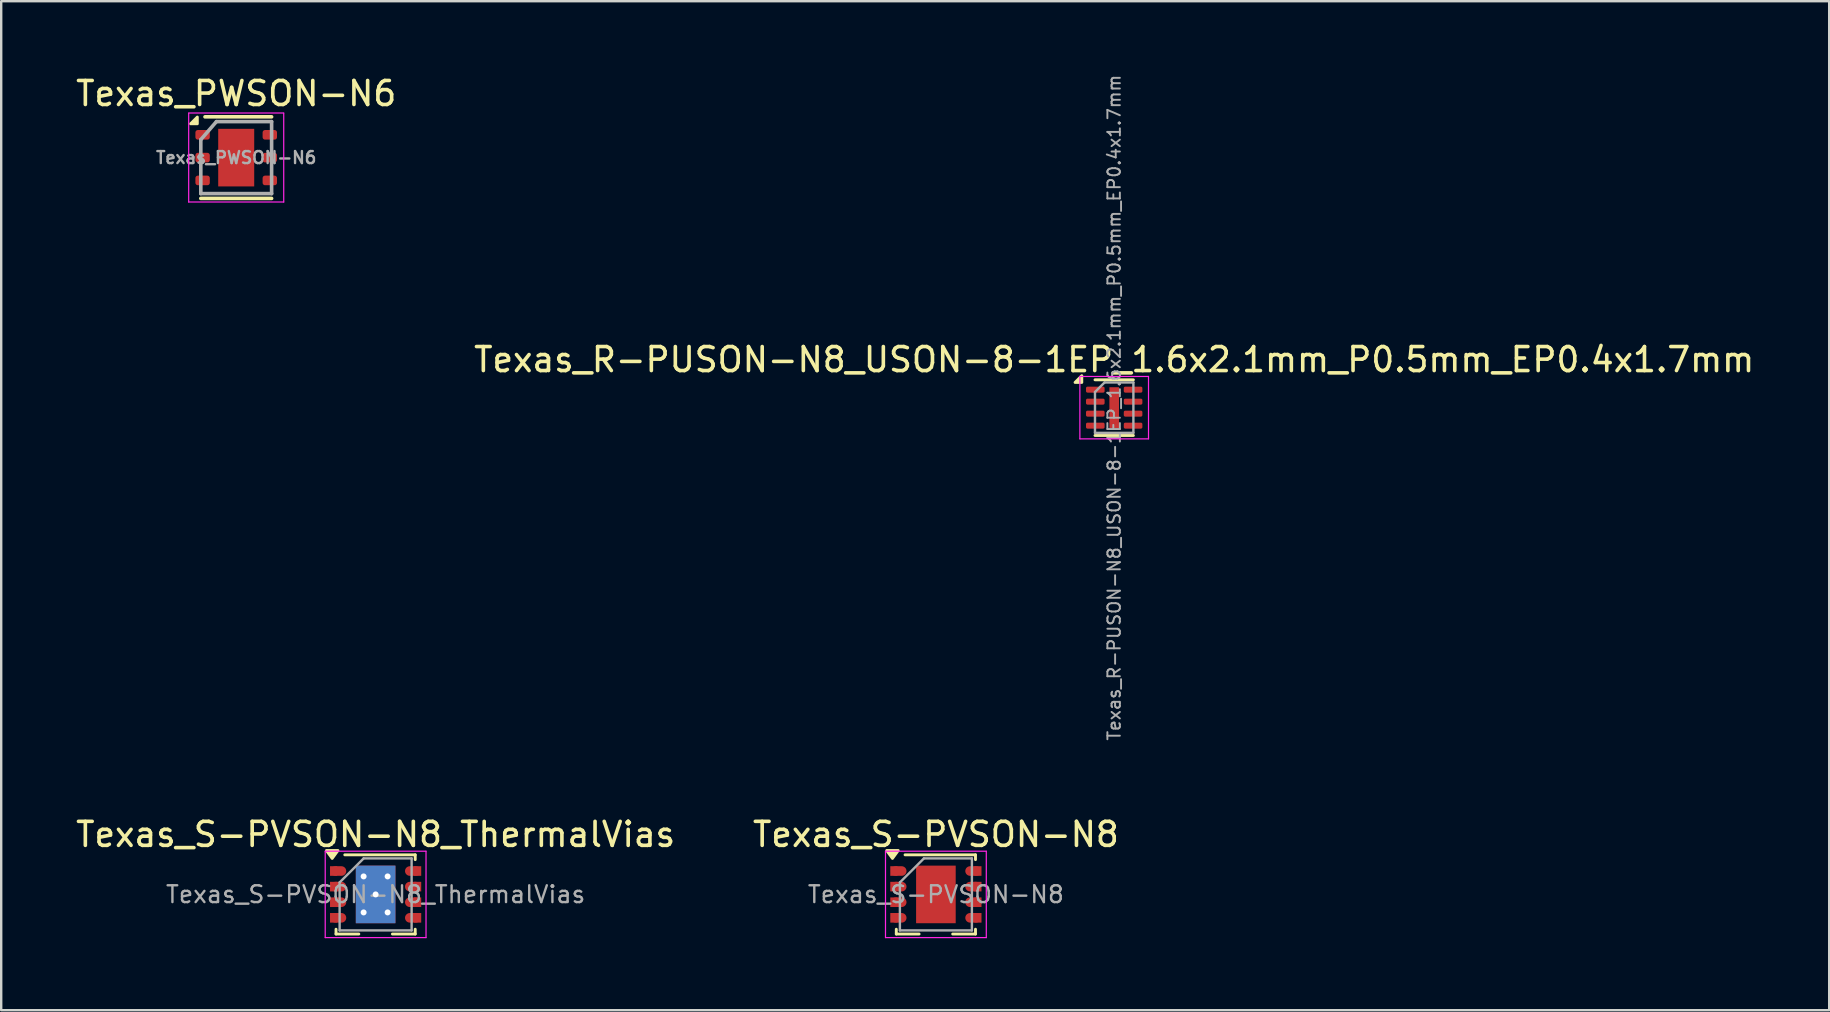
<source format=kicad_pcb>
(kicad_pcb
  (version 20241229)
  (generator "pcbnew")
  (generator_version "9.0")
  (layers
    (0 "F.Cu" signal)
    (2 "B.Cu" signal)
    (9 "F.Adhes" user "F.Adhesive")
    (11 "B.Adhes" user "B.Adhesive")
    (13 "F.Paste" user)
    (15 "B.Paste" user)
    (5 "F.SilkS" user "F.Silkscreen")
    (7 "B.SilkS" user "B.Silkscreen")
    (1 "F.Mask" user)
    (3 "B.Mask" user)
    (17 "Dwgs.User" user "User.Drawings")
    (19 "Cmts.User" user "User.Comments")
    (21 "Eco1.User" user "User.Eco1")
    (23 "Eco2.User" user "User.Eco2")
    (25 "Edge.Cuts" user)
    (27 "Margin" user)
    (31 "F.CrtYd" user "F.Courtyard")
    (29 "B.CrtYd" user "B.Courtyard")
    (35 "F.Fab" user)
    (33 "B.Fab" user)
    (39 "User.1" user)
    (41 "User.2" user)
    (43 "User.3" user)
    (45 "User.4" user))
  (footprint "Texas_S-PVSON-N8_ThermalVias"
    (layer "F.Cu")
    (at 12.601 34.218)
    (property "Reference" "Texas_S-PVSON-N8_ThermalVias" (at 0 -2.5 0) (layer "F.SilkS") (effects (font (size 1 1) (thickness 0.15))))
    (attr smd)
    (fp_line (start -1.65 1.65) (end -1.65 1.45) (stroke (width 0.12) (type solid)) (layer "F.SilkS"))
    (fp_line (start -1.65 1.65) (end -0.7 1.65) (stroke (width 0.12) (type solid)) (layer "F.SilkS"))
    (fp_line (start 0.7 1.65) (end 1.65 1.65) (stroke (width 0.12) (type solid)) (layer "F.SilkS"))
    (fp_line (start 1.65 -1.65) (end -1.285 -1.65) (stroke (width 0.12) (type solid)) (layer "F.SilkS"))
    (fp_line (start 1.65 -1.45) (end 1.65 -1.65) (stroke (width 0.12) (type solid)) (layer "F.SilkS"))
    (fp_line (start 1.65 1.45) (end 1.65 1.65) (stroke (width 0.12) (type solid)) (layer "F.SilkS"))
    (fp_poly (pts (xy -1.81 -1.5) (xy -2.05 -1.83) (xy -1.57 -1.83) (xy -1.81 -1.5)) (stroke (width 0.12) (type solid)) (fill yes) (layer "F.SilkS"))
    (fp_line (start -2.1 -1.8) (end -2.1 1.8) (stroke (width 0.05) (type solid)) (layer "F.CrtYd"))
    (fp_line (start -2.1 -1.8) (end 2.1 -1.8) (stroke (width 0.05) (type solid)) (layer "F.CrtYd"))
    (fp_line (start -2.1 1.8) (end 2.1 1.8) (stroke (width 0.05) (type solid)) (layer "F.CrtYd"))
    (fp_line (start 2.1 -1.8) (end 2.1 1.8) (stroke (width 0.05) (type solid)) (layer "F.CrtYd"))
    (fp_line (start -1.5 1.5) (end -1.5 -0.5) (stroke (width 0.1) (type solid)) (layer "F.Fab"))
    (fp_line (start -0.5 -1.5) (end -1.5 -0.5) (stroke (width 0.1) (type solid)) (layer "F.Fab"))
    (fp_line (start -0.5 -1.5) (end 1.5 -1.5) (stroke (width 0.1) (type solid)) (layer "F.Fab"))
    (fp_line (start 1.5 -1.5) (end 1.5 1.5) (stroke (width 0.1) (type solid)) (layer "F.Fab"))
    (fp_line (start 1.5 1.5) (end -1.5 1.5) (stroke (width 0.1) (type solid)) (layer "F.Fab"))
    (fp_text user "${REFERENCE}" (at 0 0 0) (layer "F.Fab") (effects (font (size 0.7 0.7) (thickness 0.1))))
    (pad "1" smd rect (at -1.75 -0.975) (size 0.3 0.4) (layers "F.Cu" "F.Mask" "F.Paste"))
    (pad "1" smd oval (at -1.55 -0.975) (size 0.65 0.4) (layers "F.Cu" "F.Mask" "F.Paste"))
    (pad "2" smd rect (at -1.75 -0.325) (size 0.3 0.4) (layers "F.Cu" "F.Mask" "F.Paste"))
    (pad "2" smd oval (at -1.55 -0.325) (size 0.65 0.4) (layers "F.Cu" "F.Mask" "F.Paste"))
    (pad "3" smd rect (at -1.75 0.325) (size 0.3 0.4) (layers "F.Cu" "F.Mask" "F.Paste"))
    (pad "3" smd oval (at -1.55 0.325) (size 0.65 0.4) (layers "F.Cu" "F.Mask" "F.Paste"))
    (pad "4" smd rect (at -1.75 0.975) (size 0.3 0.4) (layers "F.Cu" "F.Mask" "F.Paste"))
    (pad "4" smd oval (at -1.55 0.975) (size 0.65 0.4) (layers "F.Cu" "F.Mask" "F.Paste"))
    (pad "5" smd oval (at 1.55 0.975) (size 0.65 0.4) (layers "F.Cu" "F.Mask" "F.Paste"))
    (pad "5" smd rect (at 1.75 0.975) (size 0.3 0.4) (layers "F.Cu" "F.Mask" "F.Paste"))
    (pad "6" smd oval (at 1.55 0.325) (size 0.65 0.4) (layers "F.Cu" "F.Mask" "F.Paste"))
    (pad "6" smd rect (at 1.75 0.325) (size 0.3 0.4) (layers "F.Cu" "F.Mask" "F.Paste"))
    (pad "7" smd oval (at 1.55 -0.325) (size 0.65 0.4) (layers "F.Cu" "F.Mask" "F.Paste"))
    (pad "7" smd rect (at 1.75 -0.325) (size 0.3 0.4) (layers "F.Cu" "F.Mask" "F.Paste"))
    (pad "8" smd oval (at 1.55 -0.975) (size 0.65 0.4) (layers "F.Cu" "F.Mask" "F.Paste"))
    (pad "8" smd rect (at 1.75 -0.975) (size 0.3 0.4) (layers "F.Cu" "F.Mask" "F.Paste"))
    (pad "9" thru_hole circle (at -0.5 -0.75) (size 0.6 0.6) (drill 0.25) (layers "*.Cu"))
    (pad "9" thru_hole circle (at -0.5 0.75) (size 0.6 0.6) (drill 0.25) (layers "*.Cu"))
    (pad "9" smd rect (at -0.45 -0.625) (size 0.65 1) (layers "F.Cu" "F.Mask" "F.Paste"))
    (pad "9" smd rect (at -0.45 0.625) (size 0.65 1) (layers "F.Cu" "F.Mask" "F.Paste"))
    (pad "9" thru_hole circle (at 0 0) (size 0.6 0.6) (drill 0.25) (layers "*.Cu"))
    (pad "9" smd rect (at 0 0) (size 1.65 2.4) (layers "F.Cu" "F.Mask"))
    (pad "9" smd rect (at 0 0) (size 1.65 2.4) (layers "B.Cu"))
    (pad "9" smd rect (at 0.45 -0.625) (size 0.65 1) (layers "F.Cu" "F.Mask" "F.Paste"))
    (pad "9" smd rect (at 0.45 0.625) (size 0.65 1) (layers "F.Cu" "F.Mask" "F.Paste"))
    (pad "9" thru_hole circle (at 0.5 -0.75) (size 0.6 0.6) (drill 0.25) (layers "*.Cu"))
    (pad "9" thru_hole circle (at 0.5 0.75) (size 0.6 0.6) (drill 0.25) (layers "*.Cu")))
  (footprint "Texas_PWSON-N6"
    (layer "F.Cu")
    (at 6.792 3.518)
    (property "Reference" "Texas_PWSON-N6" (at 0 -2.67 0) (layer "F.SilkS") (effects (font (size 1 1) (thickness 0.15))))
    (attr smd)
    (fp_line (start 1.475 -1.7) (end -1.3 -1.7) (stroke (width 0.15) (type solid)) (layer "F.SilkS"))
    (fp_line (start 1.475 1.7) (end -1.475 1.7) (stroke (width 0.15) (type solid)) (layer "F.SilkS"))
    (fp_poly (pts (xy -1.62 -1.41) (xy -1.9 -1.41) (xy -1.62 -1.69) (xy -1.62 -1.41)) (stroke (width 0.12) (type solid)) (fill yes) (layer "F.SilkS"))
    (fp_line (start -1.98 -1.86) (end 1.98 -1.86) (stroke (width 0.05) (type solid)) (layer "F.CrtYd"))
    (fp_line (start -1.98 1.85) (end -1.98 -1.85) (stroke (width 0.05) (type solid)) (layer "F.CrtYd"))
    (fp_line (start -1.98 1.85) (end 1.98 1.85) (stroke (width 0.05) (type solid)) (layer "F.CrtYd"))
    (fp_line (start 1.98 1.85) (end 1.98 -1.85) (stroke (width 0.05) (type solid)) (layer "F.CrtYd"))
    (fp_line (start -1.475 -0.75) (end -0.825 -1.5) (stroke (width 0.15) (type solid)) (layer "F.Fab"))
    (fp_line (start -1.475 1.5) (end -1.475 -0.75) (stroke (width 0.15) (type solid)) (layer "F.Fab"))
    (fp_line (start 1.475 -1.5) (end -0.825 -1.5) (stroke (width 0.15) (type solid)) (layer "F.Fab"))
    (fp_line (start 1.475 -1.5) (end 1.475 1.5) (stroke (width 0.15) (type solid)) (layer "F.Fab"))
    (fp_line (start 1.475 1.5) (end -1.475 1.5) (stroke (width 0.15) (type solid)) (layer "F.Fab"))
    (fp_text user "${REFERENCE}" (at 0 0 0) (layer "F.Fab") (effects (font (size 0.5 0.5) (thickness 0.1))))
    (pad "" smd roundrect (at -0.4 -0.65) (size 0.6 1) (layers "F.Paste") (roundrect_rratio 0.25))
    (pad "" smd roundrect (at -0.4 0.65) (size 0.6 1) (layers "F.Paste") (roundrect_rratio 0.25))
    (pad "" smd roundrect (at 0.4 -0.65) (size 0.6 1) (layers "F.Paste") (roundrect_rratio 0.25))
    (pad "" smd roundrect (at 0.4 0.65) (size 0.6 1) (layers "F.Paste") (roundrect_rratio 0.25))
    (pad "1" smd roundrect (at -1.4 -0.95) (size 0.6 0.4) (layers "F.Cu" "F.Mask" "F.Paste") (roundrect_rratio 0.25))
    (pad "2" smd roundrect (at -1.4 0) (size 0.6 0.4) (layers "F.Cu" "F.Mask" "F.Paste") (roundrect_rratio 0.25))
    (pad "3" smd roundrect (at -1.4 0.95) (size 0.6 0.4) (layers "F.Cu" "F.Mask" "F.Paste") (roundrect_rratio 0.25))
    (pad "4" smd roundrect (at 1.4 0.95) (size 0.6 0.4) (layers "F.Cu" "F.Mask" "F.Paste") (roundrect_rratio 0.25))
    (pad "5" smd roundrect (at 1.4 0) (size 0.6 0.4) (layers "F.Cu" "F.Mask" "F.Paste") (roundrect_rratio 0.25))
    (pad "6" smd roundrect (at 1.4 -0.95) (size 0.6 0.4) (layers "F.Cu" "F.Mask" "F.Paste") (roundrect_rratio 0.25))
    (pad "7" smd rect (at 0 0) (size 1.5 2.4) (layers "F.Cu" "F.Mask")))
  (footprint "Texas_S-PVSON-N8"
    (layer "F.Cu")
    (at 35.946 34.218)
    (property "Reference" "Texas_S-PVSON-N8" (at 0 -2.5 0) (layer "F.SilkS") (effects (font (size 1 1) (thickness 0.15))))
    (attr smd)
    (fp_line (start -1.65 1.65) (end -1.65 1.45) (stroke (width 0.12) (type solid)) (layer "F.SilkS"))
    (fp_line (start -1.65 1.65) (end -0.7 1.65) (stroke (width 0.12) (type solid)) (layer "F.SilkS"))
    (fp_line (start 0.7 1.65) (end 1.65 1.65) (stroke (width 0.12) (type solid)) (layer "F.SilkS"))
    (fp_line (start 1.65 -1.65) (end -1.285 -1.65) (stroke (width 0.12) (type solid)) (layer "F.SilkS"))
    (fp_line (start 1.65 -1.45) (end 1.65 -1.65) (stroke (width 0.12) (type solid)) (layer "F.SilkS"))
    (fp_line (start 1.65 1.45) (end 1.65 1.65) (stroke (width 0.12) (type solid)) (layer "F.SilkS"))
    (fp_poly (pts (xy -1.81 -1.5) (xy -2.05 -1.83) (xy -1.57 -1.83) (xy -1.81 -1.5)) (stroke (width 0.12) (type solid)) (fill yes) (layer "F.SilkS"))
    (fp_line (start -2.1 -1.8) (end -2.1 1.8) (stroke (width 0.05) (type solid)) (layer "F.CrtYd"))
    (fp_line (start -2.1 -1.8) (end 2.1 -1.8) (stroke (width 0.05) (type solid)) (layer "F.CrtYd"))
    (fp_line (start -2.1 1.8) (end 2.1 1.8) (stroke (width 0.05) (type solid)) (layer "F.CrtYd"))
    (fp_line (start 2.1 -1.8) (end 2.1 1.8) (stroke (width 0.05) (type solid)) (layer "F.CrtYd"))
    (fp_line (start -1.5 1.5) (end -1.5 -0.5) (stroke (width 0.1) (type solid)) (layer "F.Fab"))
    (fp_line (start -0.5 -1.5) (end -1.5 -0.5) (stroke (width 0.1) (type solid)) (layer "F.Fab"))
    (fp_line (start -0.5 -1.5) (end 1.5 -1.5) (stroke (width 0.1) (type solid)) (layer "F.Fab"))
    (fp_line (start 1.5 -1.5) (end 1.5 1.5) (stroke (width 0.1) (type solid)) (layer "F.Fab"))
    (fp_line (start 1.5 1.5) (end -1.5 1.5) (stroke (width 0.1) (type solid)) (layer "F.Fab"))
    (fp_text user "${REFERENCE}" (at 0 0 0) (layer "F.Fab") (effects (font (size 0.7 0.7) (thickness 0.1))))
    (pad "1" smd rect (at -1.75 -0.975) (size 0.3 0.4) (layers "F.Cu" "F.Mask" "F.Paste"))
    (pad "1" smd oval (at -1.55 -0.975) (size 0.65 0.4) (layers "F.Cu" "F.Mask" "F.Paste"))
    (pad "2" smd rect (at -1.75 -0.325) (size 0.3 0.4) (layers "F.Cu" "F.Mask" "F.Paste"))
    (pad "2" smd oval (at -1.55 -0.325) (size 0.65 0.4) (layers "F.Cu" "F.Mask" "F.Paste"))
    (pad "3" smd rect (at -1.75 0.325) (size 0.3 0.4) (layers "F.Cu" "F.Mask" "F.Paste"))
    (pad "3" smd oval (at -1.55 0.325) (size 0.65 0.4) (layers "F.Cu" "F.Mask" "F.Paste"))
    (pad "4" smd rect (at -1.75 0.975) (size 0.3 0.4) (layers "F.Cu" "F.Mask" "F.Paste"))
    (pad "4" smd oval (at -1.55 0.975) (size 0.65 0.4) (layers "F.Cu" "F.Mask" "F.Paste"))
    (pad "5" smd oval (at 1.55 0.975) (size 0.65 0.4) (layers "F.Cu" "F.Mask" "F.Paste"))
    (pad "5" smd rect (at 1.75 0.975) (size 0.3 0.4) (layers "F.Cu" "F.Mask" "F.Paste"))
    (pad "6" smd oval (at 1.55 0.325) (size 0.65 0.4) (layers "F.Cu" "F.Mask" "F.Paste"))
    (pad "6" smd rect (at 1.75 0.325) (size 0.3 0.4) (layers "F.Cu" "F.Mask" "F.Paste"))
    (pad "7" smd oval (at 1.55 -0.325) (size 0.65 0.4) (layers "F.Cu" "F.Mask" "F.Paste"))
    (pad "7" smd rect (at 1.75 -0.325) (size 0.3 0.4) (layers "F.Cu" "F.Mask" "F.Paste"))
    (pad "8" smd oval (at 1.55 -0.975) (size 0.65 0.4) (layers "F.Cu" "F.Mask" "F.Paste"))
    (pad "8" smd rect (at 1.75 -0.975) (size 0.3 0.4) (layers "F.Cu" "F.Mask" "F.Paste"))
    (pad "9" smd rect (at -0.45 -0.625) (size 0.65 1) (layers "F.Cu" "F.Mask" "F.Paste"))
    (pad "9" smd rect (at -0.45 0.625) (size 0.65 1) (layers "F.Cu" "F.Mask" "F.Paste"))
    (pad "9" smd rect (at 0 0) (size 1.65 2.4) (layers "F.Cu" "F.Mask"))
    (pad "9" smd rect (at 0.45 -0.625) (size 0.65 1) (layers "F.Cu" "F.Mask" "F.Paste"))
    (pad "9" smd rect (at 0.45 0.625) (size 0.65 1) (layers "F.Cu" "F.Mask" "F.Paste")))
  (footprint "Texas_R-PUSON-N8_USON-8-1EP_1.6x2.1mm_P0.5mm_EP0.4x1.7mm"
    (layer "F.Cu")
    (at 43.375 13.935)
    (property "Reference" "Texas_R-PUSON-N8_USON-8-1EP_1.6x2.1mm_P0.5mm_EP0.4x1.7mm" (at 0 -2 0) (layer "F.SilkS") (effects (font (size 1 1) (thickness 0.15))))
    (attr smd)
    (fp_line (start -0.8 -1.16) (end 0.8 -1.16) (stroke (width 0.12) (type solid)) (layer "F.SilkS"))
    (fp_line (start -0.8 1.16) (end 0.8 1.16) (stroke (width 0.12) (type solid)) (layer "F.SilkS"))
    (fp_poly (pts (xy -1.35 -1.05) (xy -1.63 -1.05) (xy -1.35 -1.33) (xy -1.35 -1.05)) (stroke (width 0.12) (type solid)) (fill yes) (layer "F.SilkS"))
    (fp_line (start -1.43 -1.3) (end -1.43 1.3) (stroke (width 0.05) (type solid)) (layer "F.CrtYd"))
    (fp_line (start -1.43 1.3) (end 1.43 1.3) (stroke (width 0.05) (type solid)) (layer "F.CrtYd"))
    (fp_line (start 1.43 -1.3) (end -1.43 -1.3) (stroke (width 0.05) (type solid)) (layer "F.CrtYd"))
    (fp_line (start 1.43 1.3) (end 1.43 -1.3) (stroke (width 0.05) (type solid)) (layer "F.CrtYd"))
    (fp_line (start -0.8 -0.65) (end -0.4 -1.05) (stroke (width 0.1) (type solid)) (layer "F.Fab"))
    (fp_line (start -0.8 1.05) (end -0.8 -0.65) (stroke (width 0.1) (type solid)) (layer "F.Fab"))
    (fp_line (start -0.4 -1.05) (end 0.8 -1.05) (stroke (width 0.1) (type solid)) (layer "F.Fab"))
    (fp_line (start 0.8 -1.05) (end 0.8 1.05) (stroke (width 0.1) (type solid)) (layer "F.Fab"))
    (fp_line (start 0.8 1.05) (end -0.8 1.05) (stroke (width 0.1) (type solid)) (layer "F.Fab"))
    (fp_text user "${REFERENCE}" (at 0 0 90) (layer "F.Fab") (effects (font (size 0.52 0.52) (thickness 0.08))))
    (pad "" smd roundrect (at 0 0) (size 0.32 1.37) (layers "F.Paste") (roundrect_rratio 0.25))
    (pad "1" smd roundrect (at -0.787 -0.75) (size 0.775 0.25) (layers "F.Cu" "F.Mask" "F.Paste") (roundrect_rratio 0.25))
    (pad "2" smd roundrect (at -0.787 -0.25) (size 0.775 0.25) (layers "F.Cu" "F.Mask" "F.Paste") (roundrect_rratio 0.25))
    (pad "3" smd roundrect (at -0.787 0.25) (size 0.775 0.25) (layers "F.Cu" "F.Mask" "F.Paste") (roundrect_rratio 0.25))
    (pad "4" smd roundrect (at -0.787 0.75) (size 0.775 0.25) (layers "F.Cu" "F.Mask" "F.Paste") (roundrect_rratio 0.25))
    (pad "5" smd roundrect (at 0.787 0.75) (size 0.775 0.25) (layers "F.Cu" "F.Mask" "F.Paste") (roundrect_rratio 0.25))
    (pad "6" smd roundrect (at 0.787 0.25) (size 0.775 0.25) (layers "F.Cu" "F.Mask" "F.Paste") (roundrect_rratio 0.25))
    (pad "7" smd roundrect (at 0.787 -0.25) (size 0.775 0.25) (layers "F.Cu" "F.Mask" "F.Paste") (roundrect_rratio 0.25))
    (pad "8" smd roundrect (at 0.787 -0.75) (size 0.775 0.25) (layers "F.Cu" "F.Mask" "F.Paste") (roundrect_rratio 0.25))
    (pad "9" smd rect (at 0 0) (size 0.4 1.7) (property pad_prop_heatsink) (layers "F.Cu" "F.Mask")))
  (gr_rect
    (start -3 -3)
    (end 73.167 39.043)
    (stroke (width 0.1) (type default))
    (fill no)
    (layer "Edge.Cuts")))
</source>
